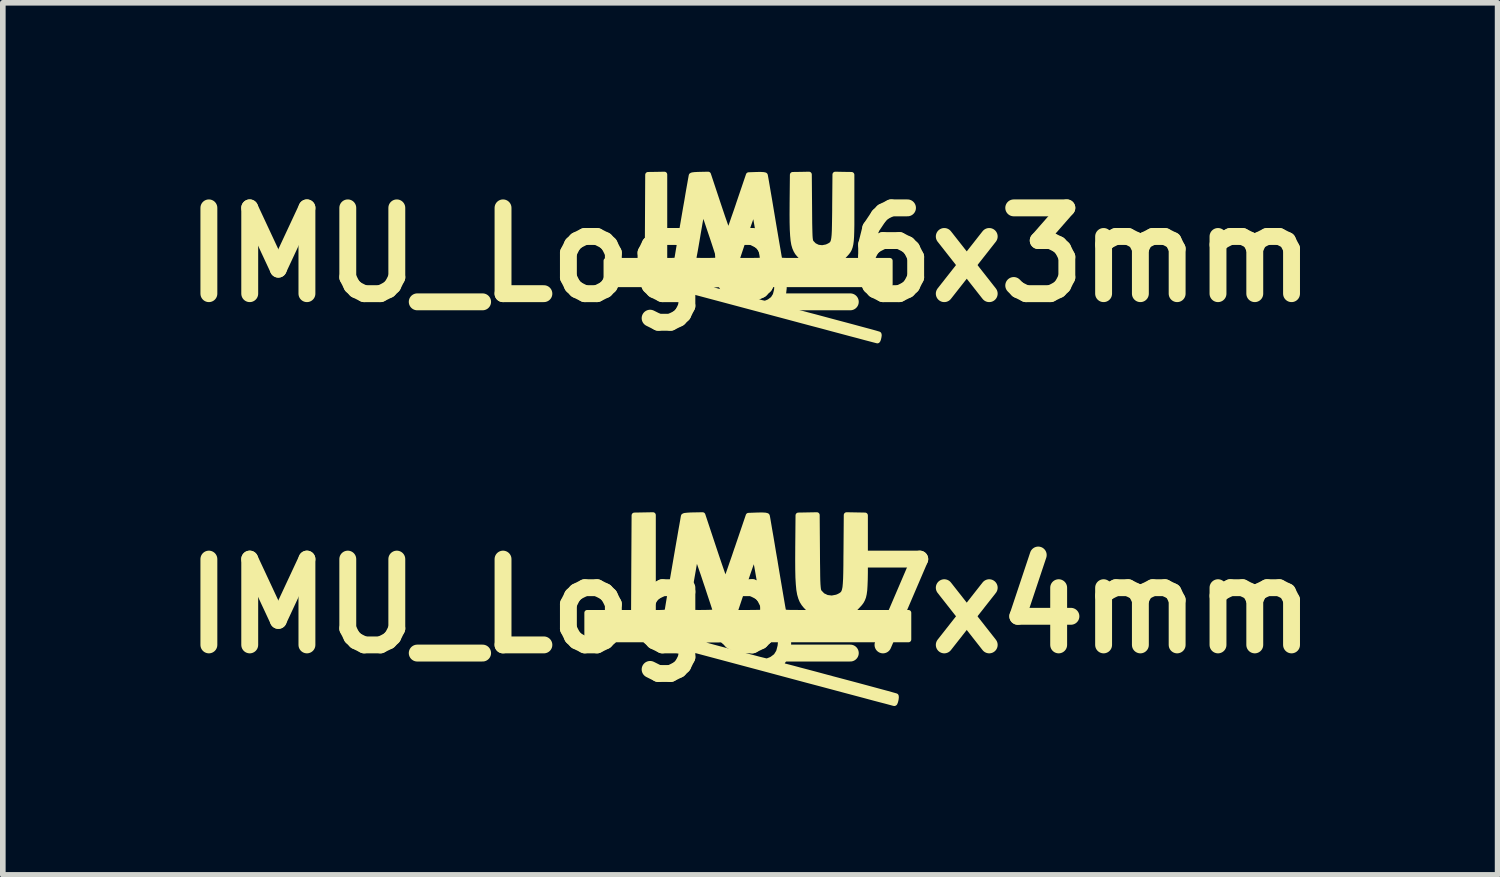
<source format=kicad_pcb>
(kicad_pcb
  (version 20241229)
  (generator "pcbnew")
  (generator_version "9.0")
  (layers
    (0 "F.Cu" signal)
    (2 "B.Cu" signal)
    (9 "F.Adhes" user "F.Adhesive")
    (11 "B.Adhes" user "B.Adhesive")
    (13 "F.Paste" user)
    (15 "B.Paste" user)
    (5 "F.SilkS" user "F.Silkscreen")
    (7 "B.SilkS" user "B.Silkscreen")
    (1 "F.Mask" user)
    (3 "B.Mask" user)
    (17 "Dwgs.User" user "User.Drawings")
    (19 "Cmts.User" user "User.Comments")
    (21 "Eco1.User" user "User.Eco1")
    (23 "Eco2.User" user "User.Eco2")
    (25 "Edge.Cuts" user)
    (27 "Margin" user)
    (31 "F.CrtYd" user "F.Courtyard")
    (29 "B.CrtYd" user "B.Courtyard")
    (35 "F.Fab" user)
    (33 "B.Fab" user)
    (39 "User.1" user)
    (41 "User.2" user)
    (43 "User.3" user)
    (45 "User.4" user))
  (footprint "IMU_Logo_6x3mm"
    (layer "F.Cu")
    (at 10.276 1.477)
    (property "Reference" "IMU_Logo_6x3mm" (at 0 0 0) (layer "F.SilkS") (effects (font (size 1.524 1.524) (thickness 0.3))))
    (attr through_hole)
    (fp_poly (pts (xy 2.48 0.523) (xy 1.539 0.523) (xy 0.598 0.523) (xy 0.598 0.595) (xy 0.586 0.699) (xy 0.553 0.795) (xy 0.508 0.869) (xy 0.483 0.902) (xy 0.482 0.903) (xy 0.482 0.523) (xy 0.224 0.524) (xy 0.224 0.078) (xy 0.222 0.056) (xy 0.215 0.01) (xy 0.204 -0.056) (xy 0.191 -0.137) (xy 0.176 -0.228) (xy 0.159 -0.326) (xy 0.142 -0.426) (xy 0.125 -0.523) (xy 0.109 -0.614) (xy 0.095 -0.693) (xy 0.083 -0.756) (xy 0.075 -0.798) (xy 0.07 -0.816) (xy 0.07 -0.817) (xy 0.064 -0.805) (xy 0.049 -0.768) (xy 0.028 -0.709) (xy 0.001 -0.631) (xy -0.032 -0.538) (xy -0.067 -0.433) (xy -0.092 -0.359) (xy -0.247 0.105) (xy -0.012 0.105) (xy 0.077 0.104) (xy 0.141 0.103) (xy 0.183 0.101) (xy 0.208 0.097) (xy 0.22 0.09) (xy 0.224 0.081) (xy 0.224 0.078) (xy 0.224 0.524) (xy -0.271 0.525) (xy -0.417 0.525) (xy -0.538 0.526) (xy -0.538 0.093) (xy -0.542 0.077) (xy -0.555 0.036) (xy -0.576 -0.027) (xy -0.602 -0.108) (xy -0.633 -0.203) (xy -0.668 -0.309) (xy -0.69 -0.374) (xy -0.733 -0.501) (xy -0.767 -0.603) (xy -0.795 -0.681) (xy -0.816 -0.737) (xy -0.831 -0.773) (xy -0.842 -0.793) (xy -0.85 -0.798) (xy -0.854 -0.792) (xy -0.859 -0.768) (xy -0.869 -0.718) (xy -0.882 -0.648) (xy -0.898 -0.56) (xy -0.915 -0.461) (xy -0.934 -0.353) (xy -0.934 -0.351) (xy -0.952 -0.244) (xy -0.969 -0.145) (xy -0.984 -0.06) (xy -0.997 0.009) (xy -1.006 0.056) (xy -1.01 0.078) (xy -1.01 0.078) (xy -1.011 0.088) (xy -1.004 0.095) (xy -0.985 0.1) (xy -0.951 0.103) (xy -0.896 0.104) (xy -0.817 0.105) (xy -0.778 0.105) (xy -0.697 0.104) (xy -0.628 0.102) (xy -0.575 0.099) (xy -0.544 0.096) (xy -0.538 0.093) (xy -0.538 0.526) (xy -0.552 0.526) (xy -0.675 0.527) (xy -0.782 0.528) (xy -0.871 0.529) (xy -0.939 0.53) (xy -0.983 0.531) (xy -1.001 0.532) (xy -1.001 0.533) (xy -0.957 0.545) (xy -0.891 0.563) (xy -0.808 0.586) (xy -0.711 0.612) (xy -0.603 0.641) (xy -0.488 0.671) (xy -0.37 0.703) (xy -0.253 0.734) (xy -0.139 0.764) (xy -0.033 0.792) (xy 0.061 0.816) (xy 0.141 0.837) (xy 0.202 0.853) (xy 0.241 0.862) (xy 0.255 0.865) (xy 0.281 0.86) (xy 0.321 0.844) (xy 0.343 0.833) (xy 0.407 0.785) (xy 0.45 0.717) (xy 0.473 0.627) (xy 0.475 0.603) (xy 0.482 0.523) (xy 0.482 0.903) (xy 0.469 0.922) (xy 0.469 0.926) (xy 0.485 0.93) (xy 0.527 0.941) (xy 0.592 0.958) (xy 0.677 0.98) (xy 0.778 1.007) (xy 0.893 1.037) (xy 1.019 1.071) (xy 1.153 1.106) (xy 1.291 1.143) (xy 1.432 1.181) (xy 1.571 1.218) (xy 1.706 1.254) (xy 1.833 1.288) (xy 1.951 1.32) (xy 2.055 1.348) (xy 2.144 1.372) (xy 2.213 1.391) (xy 2.26 1.405) (xy 2.282 1.411) (xy 2.283 1.412) (xy 2.286 1.429) (xy 2.281 1.461) (xy 2.273 1.495) (xy 2.264 1.518) (xy 2.259 1.522) (xy 2.244 1.518) (xy 2.201 1.507) (xy 2.133 1.489) (xy 2.041 1.465) (xy 1.927 1.434) (xy 1.793 1.399) (xy 1.64 1.358) (xy 1.471 1.313) (xy 1.286 1.263) (xy 1.088 1.211) (xy 0.878 1.155) (xy 0.658 1.096) (xy 0.429 1.035) (xy 0.381 1.022) (xy -1.487 0.524) (xy -2.021 0.523) (xy -2.555 0.523) (xy -2.555 0.314) (xy -2.555 0.105) (xy -2.189 0.105) (xy -1.823 0.105) (xy -1.819 -0.659) (xy -1.815 -1.422) (xy -1.67 -1.424) (xy -1.524 -1.427) (xy -1.524 -0.661) (xy -1.524 0.105) (xy -1.412 0.105) (xy -1.358 0.103) (xy -1.319 0.098) (xy -1.3 0.092) (xy -1.3 0.091) (xy -1.297 0.074) (xy -1.29 0.031) (xy -1.279 -0.035) (xy -1.265 -0.119) (xy -1.248 -0.22) (xy -1.229 -0.332) (xy -1.208 -0.454) (xy -1.186 -0.581) (xy -1.164 -0.71) (xy -1.142 -0.838) (xy -1.12 -0.961) (xy -1.101 -1.076) (xy -1.083 -1.179) (xy -1.067 -1.268) (xy -1.055 -1.338) (xy -1.046 -1.386) (xy -1.042 -1.408) (xy -1.041 -1.409) (xy -1.026 -1.415) (xy -0.987 -1.42) (xy -0.932 -1.423) (xy -0.892 -1.424) (xy -0.747 -1.427) (xy -0.572 -0.9) (xy -0.532 -0.781) (xy -0.495 -0.671) (xy -0.461 -0.574) (xy -0.433 -0.493) (xy -0.411 -0.43) (xy -0.396 -0.389) (xy -0.389 -0.374) (xy -0.389 -0.374) (xy -0.382 -0.387) (xy -0.367 -0.426) (xy -0.345 -0.487) (xy -0.317 -0.567) (xy -0.284 -0.663) (xy -0.246 -0.771) (xy -0.206 -0.889) (xy -0.204 -0.896) (xy -0.027 -1.417) (xy 0.116 -1.422) (xy 0.185 -1.423) (xy 0.234 -1.42) (xy 0.26 -1.415) (xy 0.263 -1.412) (xy 0.266 -1.395) (xy 0.274 -1.351) (xy 0.286 -1.283) (xy 0.301 -1.195) (xy 0.319 -1.089) (xy 0.34 -0.968) (xy 0.362 -0.835) (xy 0.386 -0.692) (xy 0.388 -0.68) (xy 0.412 -0.536) (xy 0.435 -0.401) (xy 0.456 -0.277) (xy 0.475 -0.167) (xy 0.491 -0.074) (xy 0.503 -0.002) (xy 0.512 0.048) (xy 0.516 0.07) (xy 0.516 0.071) (xy 0.52 0.084) (xy 0.528 0.093) (xy 0.544 0.099) (xy 0.574 0.102) (xy 0.621 0.104) (xy 0.69 0.105) (xy 0.754 0.105) (xy 0.985 0.105) (xy 0.911 0.036) (xy 0.874 -0.002) (xy 0.842 -0.04) (xy 0.817 -0.082) (xy 0.796 -0.13) (xy 0.779 -0.188) (xy 0.767 -0.258) (xy 0.759 -0.343) (xy 0.753 -0.447) (xy 0.75 -0.571) (xy 0.749 -0.719) (xy 0.75 -0.894) (xy 0.75 -0.916) (xy 0.755 -1.422) (xy 0.899 -1.424) (xy 1.044 -1.427) (xy 1.049 -0.843) (xy 1.05 -0.695) (xy 1.051 -0.573) (xy 1.053 -0.476) (xy 1.055 -0.399) (xy 1.057 -0.34) (xy 1.06 -0.297) (xy 1.064 -0.266) (xy 1.069 -0.244) (xy 1.075 -0.229) (xy 1.08 -0.219) (xy 1.133 -0.164) (xy 1.202 -0.13) (xy 1.279 -0.121) (xy 1.358 -0.136) (xy 1.39 -0.15) (xy 1.417 -0.164) (xy 1.439 -0.178) (xy 1.457 -0.195) (xy 1.471 -0.218) (xy 1.482 -0.25) (xy 1.49 -0.293) (xy 1.496 -0.351) (xy 1.5 -0.425) (xy 1.502 -0.52) (xy 1.504 -0.638) (xy 1.506 -0.782) (xy 1.506 -0.852) (xy 1.511 -1.427) (xy 1.656 -1.424) (xy 1.8 -1.422) (xy 1.8 -0.827) (xy 1.8 -0.664) (xy 1.8 -0.528) (xy 1.798 -0.416) (xy 1.795 -0.325) (xy 1.79 -0.252) (xy 1.782 -0.193) (xy 1.771 -0.146) (xy 1.757 -0.107) (xy 1.739 -0.074) (xy 1.716 -0.043) (xy 1.688 -0.012) (xy 1.659 0.018) (xy 1.575 0.105) (xy 2.028 0.105) (xy 2.48 0.105) (xy 2.48 0.314) (xy 2.48 0.523)) (stroke (width 0.1) (type solid)) (fill yes) (layer "F.SilkS")))
  (footprint "IMU_Logo_7x4mm"
    (layer "F.Cu")
    (at 10.276 7.716)
    (property "Reference" "IMU_Logo_7x4mm" (at 0 0 0) (layer "F.SilkS") (effects (font (size 1.524 1.524) (thickness 0.3))))
    (attr through_hole)
    (fp_poly (pts (xy 2.811 0.593) (xy 1.744 0.593) (xy 0.677 0.593) (xy 0.677 0.675) (xy 0.664 0.792) (xy 0.627 0.901) (xy 0.576 0.984) (xy 0.547 1.022) (xy 0.546 1.024) (xy 0.546 0.593) (xy 0.254 0.593) (xy 0.254 0.089) (xy 0.251 0.064) (xy 0.243 0.011) (xy 0.232 -0.063) (xy 0.217 -0.155) (xy 0.199 -0.259) (xy 0.18 -0.37) (xy 0.161 -0.483) (xy 0.142 -0.593) (xy 0.124 -0.696) (xy 0.107 -0.785) (xy 0.094 -0.856) (xy 0.084 -0.905) (xy 0.079 -0.925) (xy 0.079 -0.925) (xy 0.072 -0.912) (xy 0.056 -0.87) (xy 0.032 -0.803) (xy 0.001 -0.715) (xy -0.036 -0.61) (xy -0.076 -0.491) (xy -0.104 -0.407) (xy -0.28 0.119) (xy -0.013 0.119) (xy 0.088 0.118) (xy 0.16 0.117) (xy 0.207 0.114) (xy 0.236 0.11) (xy 0.25 0.102) (xy 0.254 0.092) (xy 0.254 0.089) (xy 0.254 0.593) (xy -0.307 0.595) (xy -0.472 0.595) (xy -0.61 0.596) (xy -0.61 0.106) (xy -0.615 0.087) (xy -0.629 0.04) (xy -0.652 -0.031) (xy -0.682 -0.122) (xy -0.718 -0.23) (xy -0.757 -0.35) (xy -0.782 -0.423) (xy -0.83 -0.568) (xy -0.87 -0.683) (xy -0.901 -0.772) (xy -0.925 -0.835) (xy -0.942 -0.877) (xy -0.955 -0.899) (xy -0.963 -0.904) (xy -0.967 -0.897) (xy -0.974 -0.87) (xy -0.985 -0.814) (xy -1 -0.734) (xy -1.017 -0.635) (xy -1.037 -0.522) (xy -1.058 -0.4) (xy -1.059 -0.398) (xy -1.079 -0.276) (xy -1.099 -0.165) (xy -1.116 -0.068) (xy -1.13 0.01) (xy -1.14 0.063) (xy -1.145 0.089) (xy -1.145 0.089) (xy -1.146 0.1) (xy -1.138 0.108) (xy -1.117 0.113) (xy -1.077 0.116) (xy -1.015 0.118) (xy -0.926 0.119) (xy -0.882 0.119) (xy -0.79 0.118) (xy -0.711 0.116) (xy -0.652 0.113) (xy -0.617 0.109) (xy -0.61 0.106) (xy -0.61 0.596) (xy -0.626 0.596) (xy -0.765 0.597) (xy -0.887 0.598) (xy -0.988 0.599) (xy -1.065 0.601) (xy -1.115 0.602) (xy -1.135 0.603) (xy -1.135 0.604) (xy -1.084 0.618) (xy -1.01 0.638) (xy -0.916 0.664) (xy -0.805 0.693) (xy -0.683 0.726) (xy -0.553 0.761) (xy -0.42 0.796) (xy -0.286 0.832) (xy -0.158 0.866) (xy -0.038 0.897) (xy 0.07 0.925) (xy 0.16 0.949) (xy 0.229 0.966) (xy 0.274 0.977) (xy 0.289 0.981) (xy 0.318 0.974) (xy 0.364 0.956) (xy 0.389 0.944) (xy 0.461 0.89) (xy 0.51 0.812) (xy 0.536 0.71) (xy 0.539 0.683) (xy 0.546 0.593) (xy 0.546 1.024) (xy 0.532 1.045) (xy 0.531 1.05) (xy 0.55 1.054) (xy 0.598 1.066) (xy 0.671 1.085) (xy 0.767 1.11) (xy 0.882 1.141) (xy 1.012 1.175) (xy 1.155 1.213) (xy 1.307 1.254) (xy 1.463 1.296) (xy 1.622 1.338) (xy 1.78 1.38) (xy 1.933 1.421) (xy 2.078 1.46) (xy 2.211 1.496) (xy 2.329 1.528) (xy 2.43 1.555) (xy 2.508 1.577) (xy 2.561 1.592) (xy 2.586 1.599) (xy 2.588 1.6) (xy 2.59 1.62) (xy 2.586 1.656) (xy 2.577 1.694) (xy 2.566 1.721) (xy 2.56 1.725) (xy 2.543 1.721) (xy 2.495 1.708) (xy 2.417 1.687) (xy 2.313 1.66) (xy 2.184 1.626) (xy 2.032 1.585) (xy 1.859 1.539) (xy 1.667 1.488) (xy 1.458 1.432) (xy 1.233 1.372) (xy 0.995 1.309) (xy 0.745 1.242) (xy 0.487 1.173) (xy 0.432 1.158) (xy -1.685 0.593) (xy -2.29 0.593) (xy -2.896 0.593) (xy -2.896 0.356) (xy -2.896 0.119) (xy -2.481 0.119) (xy -2.066 0.119) (xy -2.062 -0.746) (xy -2.057 -1.611) (xy -1.892 -1.614) (xy -1.727 -1.617) (xy -1.727 -0.749) (xy -1.727 0.119) (xy -1.6 0.119) (xy -1.539 0.117) (xy -1.495 0.111) (xy -1.474 0.104) (xy -1.473 0.103) (xy -1.47 0.084) (xy -1.462 0.035) (xy -1.45 -0.039) (xy -1.434 -0.135) (xy -1.414 -0.249) (xy -1.393 -0.377) (xy -1.369 -0.514) (xy -1.344 -0.659) (xy -1.319 -0.805) (xy -1.294 -0.95) (xy -1.27 -1.089) (xy -1.247 -1.22) (xy -1.227 -1.337) (xy -1.209 -1.437) (xy -1.195 -1.516) (xy -1.186 -1.57) (xy -1.181 -1.596) (xy -1.18 -1.597) (xy -1.163 -1.604) (xy -1.119 -1.609) (xy -1.056 -1.613) (xy -1.011 -1.614) (xy -0.846 -1.617) (xy -0.648 -1.02) (xy -0.603 -0.885) (xy -0.561 -0.761) (xy -0.523 -0.651) (xy -0.491 -0.559) (xy -0.466 -0.488) (xy -0.449 -0.441) (xy -0.441 -0.424) (xy -0.44 -0.423) (xy -0.433 -0.439) (xy -0.416 -0.483) (xy -0.391 -0.552) (xy -0.359 -0.643) (xy -0.322 -0.751) (xy -0.279 -0.874) (xy -0.234 -1.008) (xy -0.231 -1.015) (xy -0.03 -1.606) (xy 0.131 -1.612) (xy 0.209 -1.613) (xy 0.266 -1.61) (xy 0.295 -1.603) (xy 0.298 -1.6) (xy 0.302 -1.581) (xy 0.311 -1.531) (xy 0.324 -1.454) (xy 0.341 -1.354) (xy 0.362 -1.234) (xy 0.385 -1.097) (xy 0.41 -0.946) (xy 0.438 -0.785) (xy 0.44 -0.77) (xy 0.467 -0.608) (xy 0.493 -0.454) (xy 0.517 -0.313) (xy 0.538 -0.189) (xy 0.556 -0.084) (xy 0.57 -0.002) (xy 0.58 0.054) (xy 0.585 0.08) (xy 0.585 0.08) (xy 0.589 0.095) (xy 0.598 0.105) (xy 0.617 0.112) (xy 0.65 0.116) (xy 0.704 0.118) (xy 0.783 0.118) (xy 0.855 0.119) (xy 1.116 0.119) (xy 1.033 0.041) (xy 0.99 -0.002) (xy 0.955 -0.045) (xy 0.925 -0.093) (xy 0.902 -0.148) (xy 0.883 -0.213) (xy 0.869 -0.293) (xy 0.86 -0.389) (xy 0.853 -0.506) (xy 0.85 -0.647) (xy 0.849 -0.815) (xy 0.85 -1.013) (xy 0.85 -1.038) (xy 0.855 -1.611) (xy 1.019 -1.614) (xy 1.184 -1.617) (xy 1.189 -0.956) (xy 1.19 -0.788) (xy 1.192 -0.65) (xy 1.193 -0.539) (xy 1.195 -0.452) (xy 1.198 -0.386) (xy 1.202 -0.337) (xy 1.206 -0.301) (xy 1.211 -0.277) (xy 1.218 -0.259) (xy 1.224 -0.248) (xy 1.284 -0.185) (xy 1.362 -0.148) (xy 1.449 -0.137) (xy 1.539 -0.154) (xy 1.575 -0.169) (xy 1.606 -0.185) (xy 1.631 -0.202) (xy 1.651 -0.221) (xy 1.667 -0.247) (xy 1.679 -0.283) (xy 1.689 -0.332) (xy 1.695 -0.397) (xy 1.7 -0.482) (xy 1.703 -0.59) (xy 1.705 -0.723) (xy 1.706 -0.886) (xy 1.707 -0.965) (xy 1.712 -1.617) (xy 1.876 -1.614) (xy 2.04 -1.611) (xy 2.04 -0.937) (xy 2.04 -0.753) (xy 2.04 -0.599) (xy 2.038 -0.472) (xy 2.034 -0.368) (xy 2.029 -0.285) (xy 2.02 -0.218) (xy 2.008 -0.165) (xy 1.991 -0.121) (xy 1.971 -0.084) (xy 1.945 -0.049) (xy 1.913 -0.014) (xy 1.881 0.02) (xy 1.785 0.119) (xy 2.298 0.119) (xy 2.811 0.119) (xy 2.811 0.356) (xy 2.811 0.593)) (stroke (width 0.1) (type solid)) (fill yes) (layer "F.SilkS")))
  (gr_rect
    (start -3 -3)
    (end 23.552 12.491)
    (stroke (width 0.1) (type default))
    (fill no)
    (layer "Edge.Cuts")))
</source>
